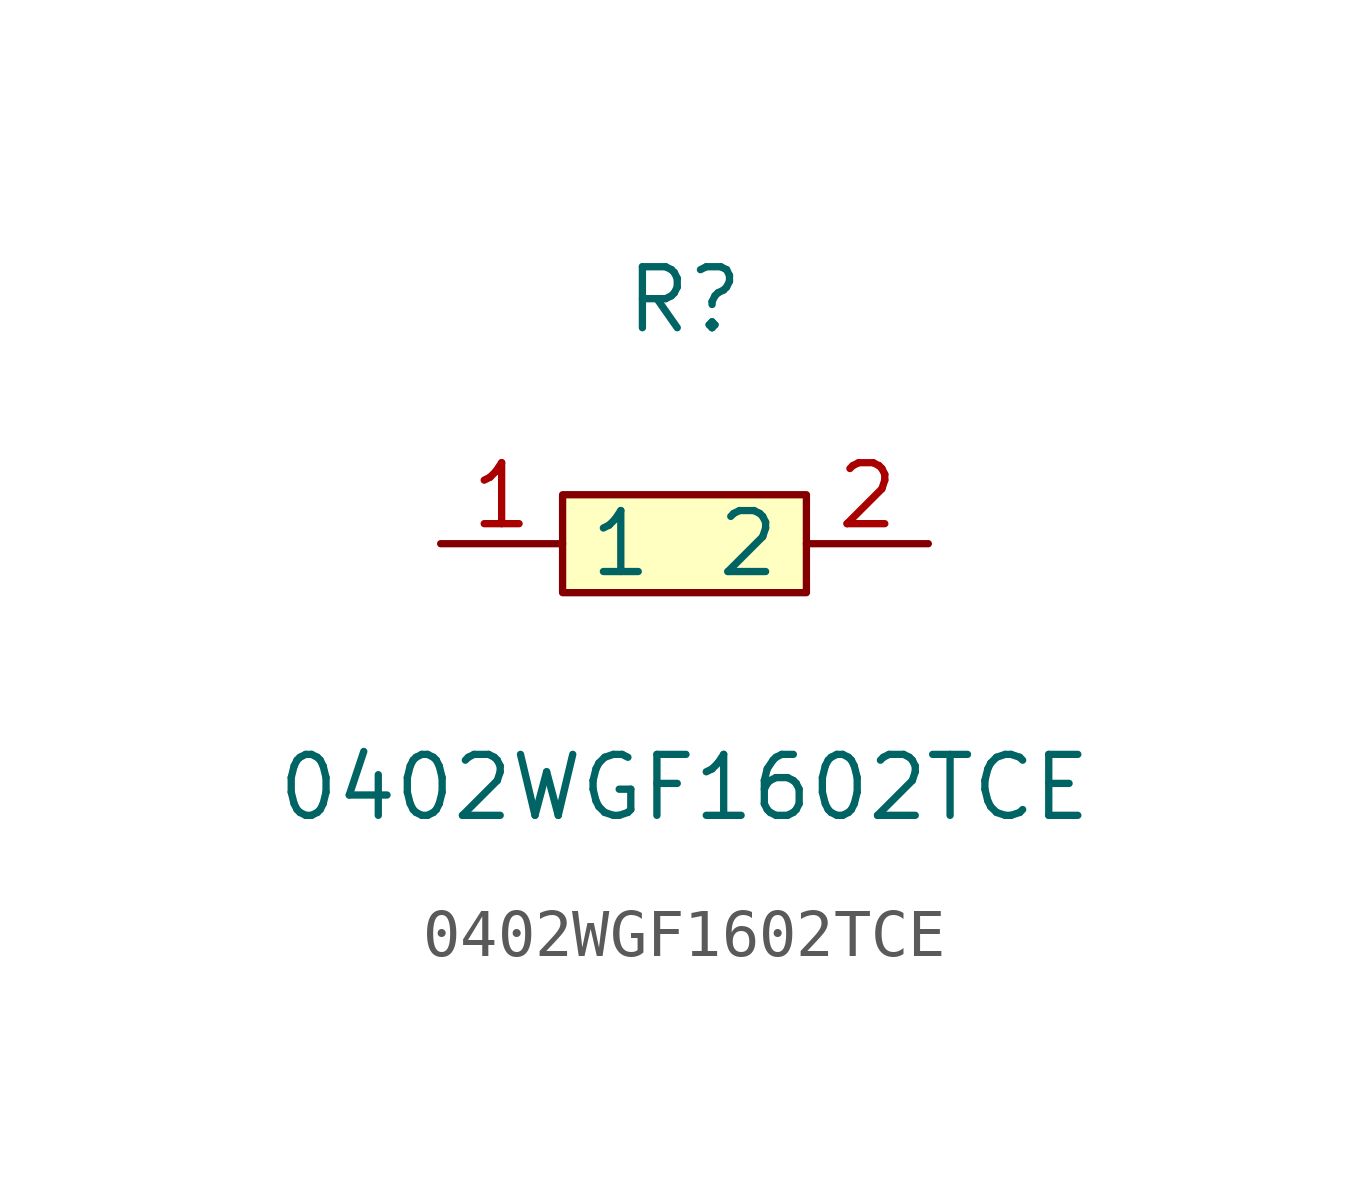
<source format=kicad_sym>
(kicad_symbol_lib
  (version 1)
  (generator "faebryk")
  (symbol "0402WGF1602TCE"
    (property "Reference" "R"
      (at 0 5.08 0)
      (effects (font (size 1.27 1.27)) (hide no)))
    (property "Value" "0402WGF1602TCE"
      (at 0 -5.08 0)
      (effects (font (size 1.27 1.27)) (hide no)))
    (symbol "0402WGF1602TCE_0_1"
      (rectangle (start -2.54 1.02) (end 2.54 -1.02) (stroke (width 0) (type default) (color 0 0 0 0)) (fill (type background)))
      (pin input line (at 5.08 0 180) (length 2.54) (name "2" (effects (font (size 1.27 1.27)) (hide no))) (number "2" (effects (font (size 1.27 1.27)) (hide no))))
      (pin input line (at -5.08 0 0) (length 2.54) (name "1" (effects (font (size 1.27 1.27)) (hide no))) (number "1" (effects (font (size 1.27 1.27)) (hide no)))))))
</source>
